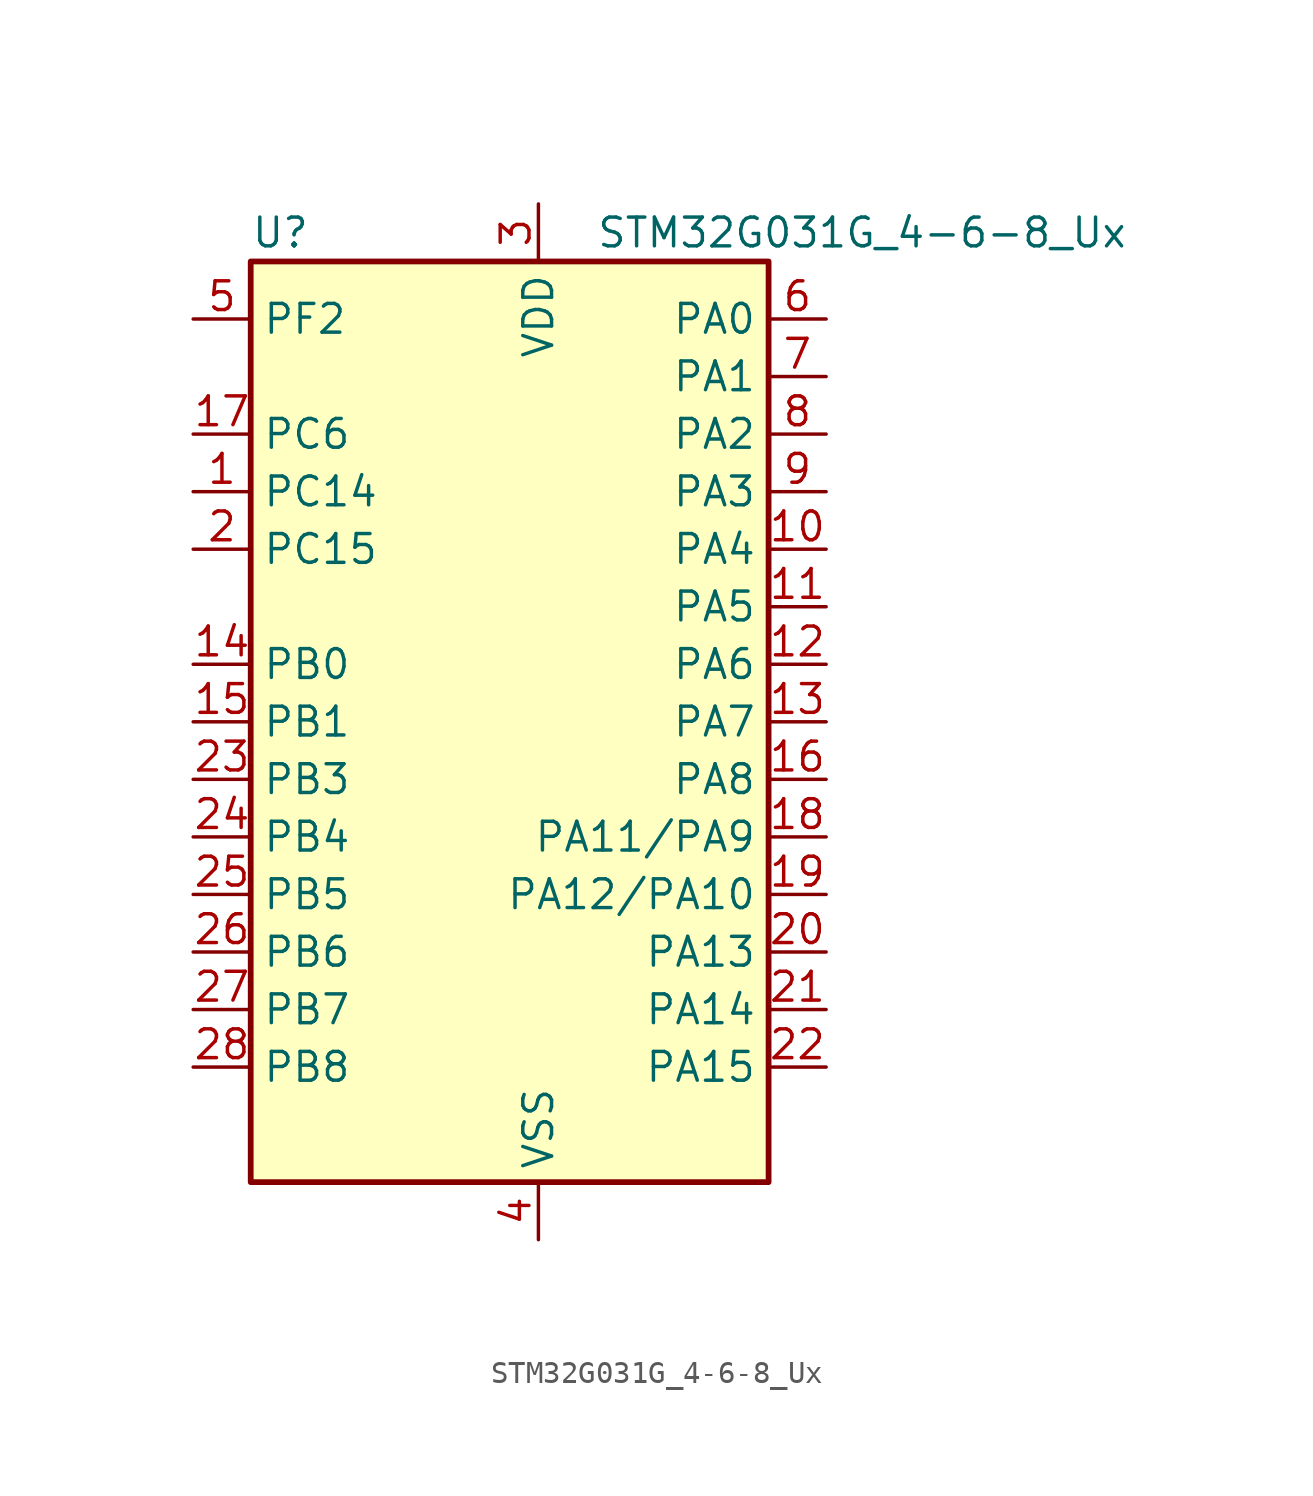
<source format=kicad_sym>
(kicad_symbol_lib
  (version 20211014)
  (generator kicad-library-utils)
  (symbol "STM32G031G_4-6-8_Ux"
    (property "Reference" "U"
      (at -10.16 21.59 0)
      (effects (font (size 1.27 1.27)) (justify left)))
    (property "Value" "STM32G031G_4-6-8_Ux"
      (at 5.08 21.59 0)
      (effects (font (size 1.27 1.27)) (justify left)))
    (property "ki_fp_filters" "QFN*4x4mm*P0.5mm*"
      (at 0.0 0.0 0.0)
      (effects (font (size 1.27 1.27))))
    (symbol "STM32G031G_4-6-8_Ux_0_1"
      (rectangle (start -10.16 -20.32) (end 12.7 20.32) (stroke (width 0.254)) (fill (type background))))
    (symbol "STM32G031G_4-6-8_Ux_1_1"
      (pin bidirectional line (at -12.7 17.78 0) (length 2.54) (name "PF2" (effects (font (size 1.27 1.27)))) (number "5" (effects (font (size 1.27 1.27)))) (alternate "RCC_MCO" bidirectional line))
      (pin bidirectional line (at -12.7 12.7 0) (length 2.54) (name "PC6" (effects (font (size 1.27 1.27)))) (number "17" (effects (font (size 1.27 1.27)))) (alternate "TIM2_CH3" bidirectional line) (alternate "TIM3_CH1" bidirectional line))
      (pin bidirectional line (at -12.7 10.16 0) (length 2.54) (name "PC14" (effects (font (size 1.27 1.27)))) (number "1" (effects (font (size 1.27 1.27)))) (alternate "RCC_OSC32_IN" bidirectional line) (alternate "RCC_OSC_IN" bidirectional line) (alternate "TIM1_BK2" bidirectional line))
      (pin bidirectional line (at -12.7 7.62 0) (length 2.54) (name "PC15" (effects (font (size 1.27 1.27)))) (number "2" (effects (font (size 1.27 1.27)))) (alternate "RCC_OSC32_EN" bidirectional line) (alternate "RCC_OSC32_OUT" bidirectional line) (alternate "RCC_OSC_EN" bidirectional line))
      (pin bidirectional line (at -12.7 2.54 0) (length 2.54) (name "PB0" (effects (font (size 1.27 1.27)))) (number "14" (effects (font (size 1.27 1.27)))) (alternate "ADC1_IN8" bidirectional line) (alternate "I2S1_WS" bidirectional line) (alternate "LPTIM1_OUT" bidirectional line) (alternate "SPI1_NSS" bidirectional line) (alternate "TIM1_CH2N" bidirectional line) (alternate "TIM3_CH3" bidirectional line))
      (pin bidirectional line (at -12.7 0.0 0) (length 2.54) (name "PB1" (effects (font (size 1.27 1.27)))) (number "15" (effects (font (size 1.27 1.27)))) (alternate "ADC1_IN9" bidirectional line) (alternate "LPTIM2_IN1" bidirectional line) (alternate "LPUART1_DE" bidirectional line) (alternate "LPUART1_RTS" bidirectional line) (alternate "TIM14_CH1" bidirectional line) (alternate "TIM1_CH3N" bidirectional line) (alternate "TIM3_CH4" bidirectional line))
      (pin bidirectional line (at -12.7 -2.54 0) (length 2.54) (name "PB3" (effects (font (size 1.27 1.27)))) (number "23" (effects (font (size 1.27 1.27)))) (alternate "I2S1_CK" bidirectional line) (alternate "SPI1_SCK" bidirectional line) (alternate "TIM1_CH2" bidirectional line) (alternate "TIM2_CH2" bidirectional line) (alternate "USART1_CK" bidirectional line) (alternate "USART1_DE" bidirectional line) (alternate "USART1_RTS" bidirectional line))
      (pin bidirectional line (at -12.7 -5.08 0) (length 2.54) (name "PB4" (effects (font (size 1.27 1.27)))) (number "24" (effects (font (size 1.27 1.27)))) (alternate "I2S1_MCK" bidirectional line) (alternate "SPI1_MISO" bidirectional line) (alternate "TIM17_BK" bidirectional line) (alternate "TIM3_CH1" bidirectional line) (alternate "USART1_CTS" bidirectional line) (alternate "USART1_NSS" bidirectional line))
      (pin bidirectional line (at -12.7 -7.62 0) (length 2.54) (name "PB5" (effects (font (size 1.27 1.27)))) (number "25" (effects (font (size 1.27 1.27)))) (alternate "I2C1_SMBA" bidirectional line) (alternate "I2S1_SD" bidirectional line) (alternate "LPTIM1_IN1" bidirectional line) (alternate "SPI1_MOSI" bidirectional line) (alternate "SYS_WKUP6" bidirectional line) (alternate "TIM16_BK" bidirectional line) (alternate "TIM3_CH2" bidirectional line))
      (pin bidirectional line (at -12.7 -10.16 0) (length 2.54) (name "PB6" (effects (font (size 1.27 1.27)))) (number "26" (effects (font (size 1.27 1.27)))) (alternate "I2C1_SCL" bidirectional line) (alternate "LPTIM1_ETR" bidirectional line) (alternate "SPI2_MISO" bidirectional line) (alternate "TIM16_CH1N" bidirectional line) (alternate "TIM1_CH3" bidirectional line) (alternate "USART1_TX" bidirectional line))
      (pin bidirectional line (at -12.7 -12.7 0) (length 2.54) (name "PB7" (effects (font (size 1.27 1.27)))) (number "27" (effects (font (size 1.27 1.27)))) (alternate "ADC1_IN11" bidirectional line) (alternate "I2C1_SDA" bidirectional line) (alternate "LPTIM1_IN2" bidirectional line) (alternate "SPI2_MOSI" bidirectional line) (alternate "SYS_PVD_IN" bidirectional line) (alternate "TIM17_CH1N" bidirectional line) (alternate "USART1_RX" bidirectional line))
      (pin bidirectional line (at -12.7 -15.24 0) (length 2.54) (name "PB8" (effects (font (size 1.27 1.27)))) (number "28" (effects (font (size 1.27 1.27)))) (alternate "I2C1_SCL" bidirectional line) (alternate "SPI2_SCK" bidirectional line) (alternate "TIM16_CH1" bidirectional line))
      (pin bidirectional line (at 15.24 17.78 180) (length 2.54) (name "PA0" (effects (font (size 1.27 1.27)))) (number "6" (effects (font (size 1.27 1.27)))) (alternate "ADC1_IN0" bidirectional line) (alternate "LPTIM1_OUT" bidirectional line) (alternate "RTC_TAMP_IN2" bidirectional line) (alternate "SPI2_SCK" bidirectional line) (alternate "SYS_WKUP1" bidirectional line) (alternate "TIM2_CH1" bidirectional line) (alternate "TIM2_ETR" bidirectional line) (alternate "USART2_CTS" bidirectional line) (alternate "USART2_NSS" bidirectional line))
      (pin bidirectional line (at 15.24 15.24 180) (length 2.54) (name "PA1" (effects (font (size 1.27 1.27)))) (number "7" (effects (font (size 1.27 1.27)))) (alternate "ADC1_IN1" bidirectional line) (alternate "I2C1_SMBA" bidirectional line) (alternate "I2S1_CK" bidirectional line) (alternate "SPI1_SCK" bidirectional line) (alternate "TIM2_CH2" bidirectional line) (alternate "USART2_CK" bidirectional line) (alternate "USART2_DE" bidirectional line) (alternate "USART2_RTS" bidirectional line))
      (pin bidirectional line (at 15.24 12.7 180) (length 2.54) (name "PA2" (effects (font (size 1.27 1.27)))) (number "8" (effects (font (size 1.27 1.27)))) (alternate "ADC1_IN2" bidirectional line) (alternate "I2S1_SD" bidirectional line) (alternate "LPUART1_TX" bidirectional line) (alternate "RCC_LSCO" bidirectional line) (alternate "SPI1_MOSI" bidirectional line) (alternate "SYS_WKUP4" bidirectional line) (alternate "TIM2_CH3" bidirectional line) (alternate "USART2_TX" bidirectional line))
      (pin bidirectional line (at 15.24 10.16 180) (length 2.54) (name "PA3" (effects (font (size 1.27 1.27)))) (number "9" (effects (font (size 1.27 1.27)))) (alternate "ADC1_IN3" bidirectional line) (alternate "LPUART1_RX" bidirectional line) (alternate "SPI2_MISO" bidirectional line) (alternate "TIM2_CH4" bidirectional line) (alternate "USART2_RX" bidirectional line))
      (pin bidirectional line (at 15.24 7.62 180) (length 2.54) (name "PA4" (effects (font (size 1.27 1.27)))) (number "10" (effects (font (size 1.27 1.27)))) (alternate "ADC1_IN4" bidirectional line) (alternate "I2S1_WS" bidirectional line) (alternate "LPTIM2_OUT" bidirectional line) (alternate "RTC_OUT_ALARM" bidirectional line) (alternate "RTC_OUT_CALIB" bidirectional line) (alternate "RTC_TAMP_IN1" bidirectional line) (alternate "RTC_TS" bidirectional line) (alternate "SPI1_NSS" bidirectional line) (alternate "SPI2_MOSI" bidirectional line) (alternate "SYS_WKUP2" bidirectional line) (alternate "TIM14_CH1" bidirectional line))
      (pin bidirectional line (at 15.24 5.08 180) (length 2.54) (name "PA5" (effects (font (size 1.27 1.27)))) (number "11" (effects (font (size 1.27 1.27)))) (alternate "ADC1_IN5" bidirectional line) (alternate "I2S1_CK" bidirectional line) (alternate "LPTIM2_ETR" bidirectional line) (alternate "SPI1_SCK" bidirectional line) (alternate "TIM2_CH1" bidirectional line) (alternate "TIM2_ETR" bidirectional line))
      (pin bidirectional line (at 15.24 2.54 180) (length 2.54) (name "PA6" (effects (font (size 1.27 1.27)))) (number "12" (effects (font (size 1.27 1.27)))) (alternate "ADC1_IN6" bidirectional line) (alternate "I2S1_MCK" bidirectional line) (alternate "LPUART1_CTS" bidirectional line) (alternate "SPI1_MISO" bidirectional line) (alternate "TIM16_CH1" bidirectional line) (alternate "TIM1_BK" bidirectional line) (alternate "TIM3_CH1" bidirectional line))
      (pin bidirectional line (at 15.24 0.0 180) (length 2.54) (name "PA7" (effects (font (size 1.27 1.27)))) (number "13" (effects (font (size 1.27 1.27)))) (alternate "ADC1_IN7" bidirectional line) (alternate "I2S1_SD" bidirectional line) (alternate "SPI1_MOSI" bidirectional line) (alternate "TIM14_CH1" bidirectional line) (alternate "TIM17_CH1" bidirectional line) (alternate "TIM1_CH1N" bidirectional line) (alternate "TIM3_CH2" bidirectional line))
      (pin bidirectional line (at 15.24 -2.54 180) (length 2.54) (name "PA8" (effects (font (size 1.27 1.27)))) (number "16" (effects (font (size 1.27 1.27)))) (alternate "LPTIM2_OUT" bidirectional line) (alternate "RCC_MCO" bidirectional line) (alternate "SPI2_NSS" bidirectional line) (alternate "TIM1_CH1" bidirectional line))
      (pin bidirectional line (at 15.24 -5.08 180) (length 2.54) (name "PA11/PA9" (effects (font (size 1.27 1.27)))) (number "18" (effects (font (size 1.27 1.27)))) (alternate "ADC1_EXTI11" bidirectional line) (alternate "ADC1_IN15" bidirectional line) (alternate "I2C2_SCL" bidirectional line) (alternate "I2S1_MCK" bidirectional line) (alternate "SPI1_MISO" bidirectional line) (alternate "TIM1_BK2" bidirectional line) (alternate "TIM1_CH4" bidirectional line) (alternate "USART1_CTS" bidirectional line) (alternate "USART1_NSS" bidirectional line))
      (pin bidirectional line (at 15.24 -7.62 180) (length 2.54) (name "PA12/PA10" (effects (font (size 1.27 1.27)))) (number "19" (effects (font (size 1.27 1.27)))) (alternate "ADC1_IN16" bidirectional line) (alternate "I2C2_SDA" bidirectional line) (alternate "I2S1_SD" bidirectional line) (alternate "I2S_CKIN" bidirectional line) (alternate "SPI1_MOSI" bidirectional line) (alternate "TIM1_ETR" bidirectional line) (alternate "USART1_CK" bidirectional line) (alternate "USART1_DE" bidirectional line) (alternate "USART1_RTS" bidirectional line))
      (pin bidirectional line (at 15.24 -10.16 180) (length 2.54) (name "PA13" (effects (font (size 1.27 1.27)))) (number "20" (effects (font (size 1.27 1.27)))) (alternate "ADC1_IN17" bidirectional line) (alternate "IR_OUT" bidirectional line) (alternate "SYS_SWDIO" bidirectional line))
      (pin bidirectional line (at 15.24 -12.7 180) (length 2.54) (name "PA14" (effects (font (size 1.27 1.27)))) (number "21" (effects (font (size 1.27 1.27)))) (alternate "ADC1_IN18" bidirectional line) (alternate "SYS_SWCLK" bidirectional line) (alternate "USART2_TX" bidirectional line))
      (pin bidirectional line (at 15.24 -15.24 180) (length 2.54) (name "PA15" (effects (font (size 1.27 1.27)))) (number "22" (effects (font (size 1.27 1.27)))) (alternate "I2S1_WS" bidirectional line) (alternate "SPI1_NSS" bidirectional line) (alternate "TIM2_CH1" bidirectional line) (alternate "TIM2_ETR" bidirectional line) (alternate "USART2_RX" bidirectional line))
      (pin power_in line (at 2.54 22.86 270) (length 2.54) (name "VDD" (effects (font (size 1.27 1.27)))) (number "3" (effects (font (size 1.27 1.27)))))
      (pin power_in line (at 2.54 -22.86 90) (length 2.54) (name "VSS" (effects (font (size 1.27 1.27)))) (number "4" (effects (font (size 1.27 1.27))))))))
</source>
